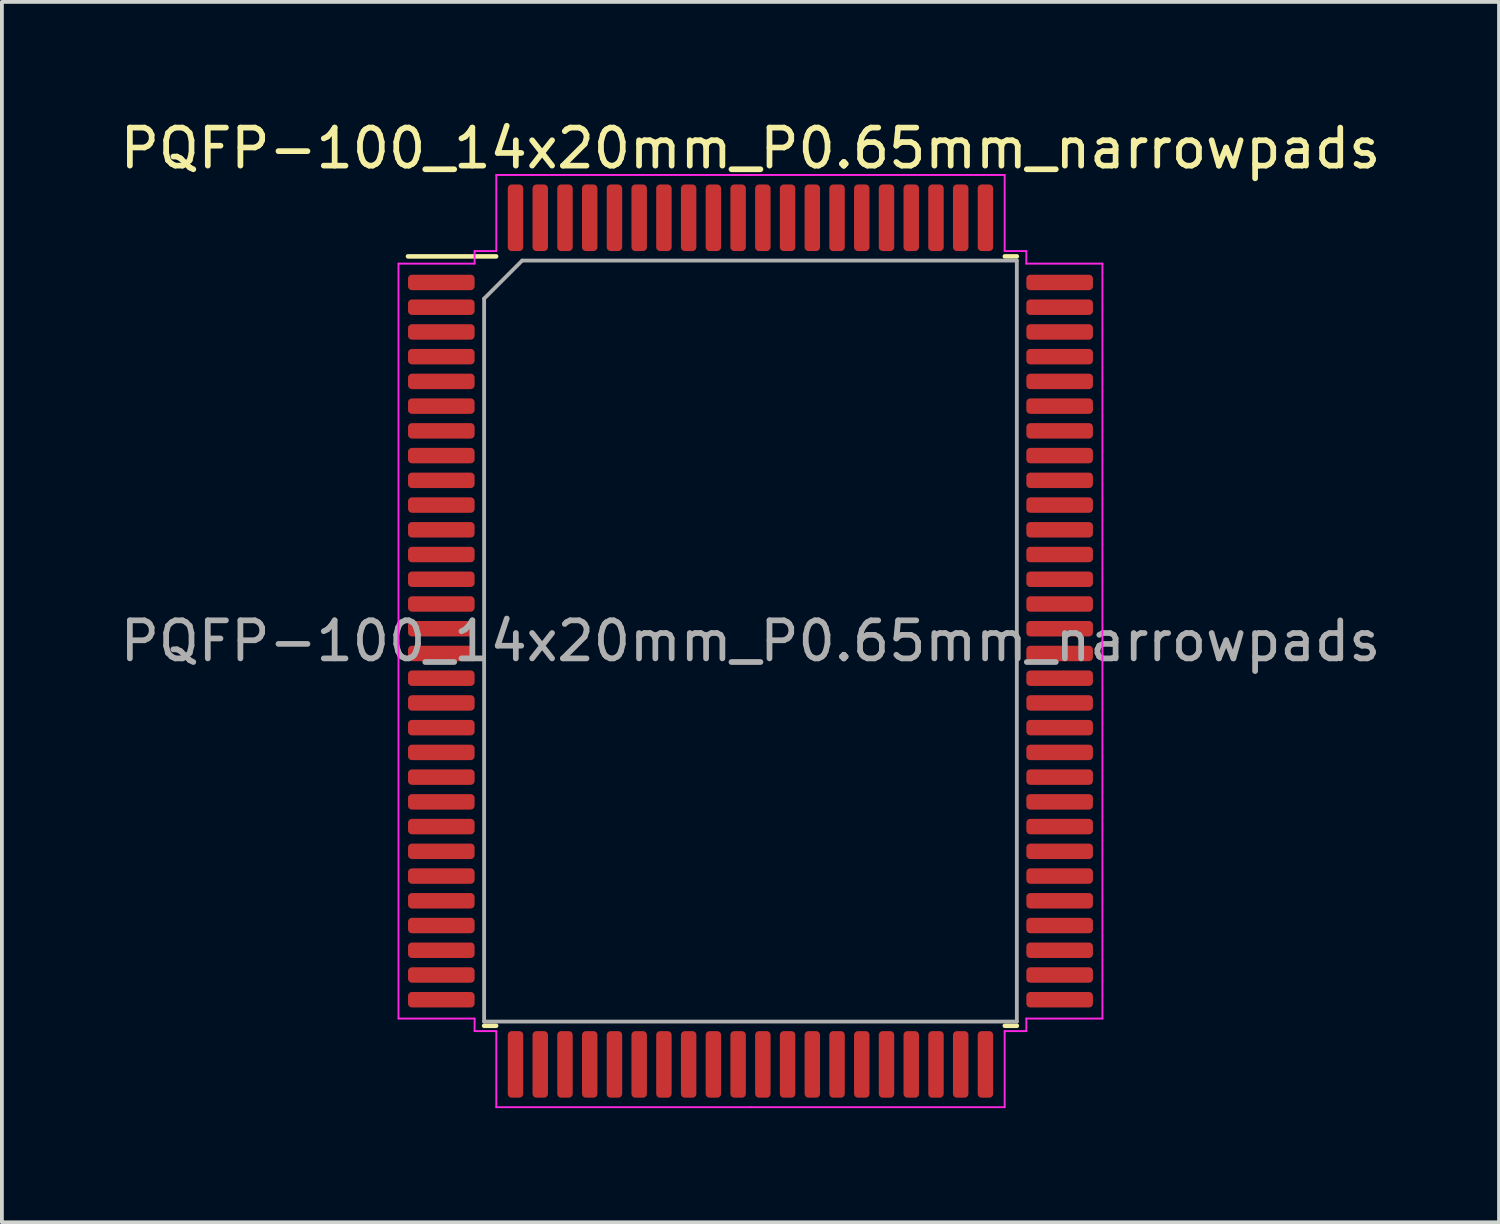
<source format=kicad_pcb>
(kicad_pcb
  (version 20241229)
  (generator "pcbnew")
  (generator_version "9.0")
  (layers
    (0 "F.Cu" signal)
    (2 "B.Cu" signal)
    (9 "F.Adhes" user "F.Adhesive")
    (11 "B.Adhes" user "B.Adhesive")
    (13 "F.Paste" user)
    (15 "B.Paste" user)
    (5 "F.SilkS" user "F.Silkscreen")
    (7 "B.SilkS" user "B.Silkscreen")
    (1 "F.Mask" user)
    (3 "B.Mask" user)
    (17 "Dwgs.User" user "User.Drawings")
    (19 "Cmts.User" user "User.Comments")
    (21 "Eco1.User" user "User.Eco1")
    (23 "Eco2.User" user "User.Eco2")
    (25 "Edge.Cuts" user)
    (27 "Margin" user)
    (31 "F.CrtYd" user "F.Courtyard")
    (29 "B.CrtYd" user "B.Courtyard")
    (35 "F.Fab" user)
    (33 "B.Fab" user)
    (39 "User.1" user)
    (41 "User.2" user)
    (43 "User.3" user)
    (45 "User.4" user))
  (footprint "PQFP-100_14x20mm_P0.65mm_narrowpads"
    (layer "F.Cu")
    (at 16.673 13.798)
    (property "Reference" "PQFP-100_14x20mm_P0.65mm_narrowpads" (at 0 -12.95 0) (layer "F.SilkS") (effects (font (size 1 1) (thickness 0.15))))
    (attr smd)
    (fp_line (start -6.685 -10.11) (end -9 -10.11) (stroke (width 0.12) (type solid)) (layer "F.SilkS"))
    (fp_line (start -6.685 10.11) (end -7 10.11) (stroke (width 0.12) (type solid)) (layer "F.SilkS"))
    (fp_line (start 6.685 -10.11) (end 7 -10.11) (stroke (width 0.12) (type solid)) (layer "F.SilkS"))
    (fp_line (start 6.685 10.11) (end 7 10.11) (stroke (width 0.12) (type solid)) (layer "F.SilkS"))
    (fp_line (start -9.25 -9.92) (end -9.25 0) (stroke (width 0.05) (type solid)) (layer "F.CrtYd"))
    (fp_line (start -9.25 9.92) (end -9.25 0) (stroke (width 0.05) (type solid)) (layer "F.CrtYd"))
    (fp_line (start -7.25 -10.25) (end -7.25 -9.92) (stroke (width 0.05) (type solid)) (layer "F.CrtYd"))
    (fp_line (start -7.25 -9.92) (end -9.25 -9.92) (stroke (width 0.05) (type solid)) (layer "F.CrtYd"))
    (fp_line (start -7.25 9.92) (end -9.25 9.92) (stroke (width 0.05) (type solid)) (layer "F.CrtYd"))
    (fp_line (start -7.25 10.25) (end -7.25 9.92) (stroke (width 0.05) (type solid)) (layer "F.CrtYd"))
    (fp_line (start -6.68 -12.25) (end -6.68 -10.25) (stroke (width 0.05) (type solid)) (layer "F.CrtYd"))
    (fp_line (start -6.68 -10.25) (end -7.25 -10.25) (stroke (width 0.05) (type solid)) (layer "F.CrtYd"))
    (fp_line (start -6.68 10.25) (end -7.25 10.25) (stroke (width 0.05) (type solid)) (layer "F.CrtYd"))
    (fp_line (start -6.68 12.25) (end -6.68 10.25) (stroke (width 0.05) (type solid)) (layer "F.CrtYd"))
    (fp_line (start 0 -12.25) (end -6.68 -12.25) (stroke (width 0.05) (type solid)) (layer "F.CrtYd"))
    (fp_line (start 0 -12.25) (end 6.68 -12.25) (stroke (width 0.05) (type solid)) (layer "F.CrtYd"))
    (fp_line (start 0 12.25) (end -6.68 12.25) (stroke (width 0.05) (type solid)) (layer "F.CrtYd"))
    (fp_line (start 0 12.25) (end 6.68 12.25) (stroke (width 0.05) (type solid)) (layer "F.CrtYd"))
    (fp_line (start 6.68 -12.25) (end 6.68 -10.25) (stroke (width 0.05) (type solid)) (layer "F.CrtYd"))
    (fp_line (start 6.68 -10.25) (end 7.25 -10.25) (stroke (width 0.05) (type solid)) (layer "F.CrtYd"))
    (fp_line (start 6.68 10.25) (end 7.25 10.25) (stroke (width 0.05) (type solid)) (layer "F.CrtYd"))
    (fp_line (start 6.68 12.25) (end 6.68 10.25) (stroke (width 0.05) (type solid)) (layer "F.CrtYd"))
    (fp_line (start 7.25 -10.25) (end 7.25 -9.92) (stroke (width 0.05) (type solid)) (layer "F.CrtYd"))
    (fp_line (start 7.25 -9.92) (end 9.25 -9.92) (stroke (width 0.05) (type solid)) (layer "F.CrtYd"))
    (fp_line (start 7.25 9.92) (end 9.25 9.92) (stroke (width 0.05) (type solid)) (layer "F.CrtYd"))
    (fp_line (start 7.25 10.25) (end 7.25 9.92) (stroke (width 0.05) (type solid)) (layer "F.CrtYd"))
    (fp_line (start 9.25 -9.92) (end 9.25 0) (stroke (width 0.05) (type solid)) (layer "F.CrtYd"))
    (fp_line (start 9.25 9.92) (end 9.25 0) (stroke (width 0.05) (type solid)) (layer "F.CrtYd"))
    (fp_line (start -7 -9) (end -6 -10) (stroke (width 0.1) (type solid)) (layer "F.Fab"))
    (fp_line (start -7 10) (end -7 -9) (stroke (width 0.1) (type solid)) (layer "F.Fab"))
    (fp_line (start -6 -10) (end 7 -10) (stroke (width 0.1) (type solid)) (layer "F.Fab"))
    (fp_line (start 7 -10) (end 7 10) (stroke (width 0.1) (type solid)) (layer "F.Fab"))
    (fp_line (start 7 10) (end -7 10) (stroke (width 0.1) (type solid)) (layer "F.Fab"))
    (fp_text user "${REFERENCE}" (at 0 0 0) (layer "F.Fab") (effects (font (size 1 1) (thickness 0.15))))
    (pad "1" smd roundrect (at -8.125 -9.425) (size 1.75 0.406) (layers "F.Cu" "F.Mask" "F.Paste") (roundrect_rratio 0.25))
    (pad "2" smd roundrect (at -8.125 -8.775) (size 1.75 0.406) (layers "F.Cu" "F.Mask" "F.Paste") (roundrect_rratio 0.25))
    (pad "3" smd roundrect (at -8.125 -8.125) (size 1.75 0.406) (layers "F.Cu" "F.Mask" "F.Paste") (roundrect_rratio 0.25))
    (pad "4" smd roundrect (at -8.125 -7.475) (size 1.75 0.406) (layers "F.Cu" "F.Mask" "F.Paste") (roundrect_rratio 0.25))
    (pad "5" smd roundrect (at -8.125 -6.825) (size 1.75 0.406) (layers "F.Cu" "F.Mask" "F.Paste") (roundrect_rratio 0.25))
    (pad "6" smd roundrect (at -8.125 -6.175) (size 1.75 0.406) (layers "F.Cu" "F.Mask" "F.Paste") (roundrect_rratio 0.25))
    (pad "7" smd roundrect (at -8.125 -5.525) (size 1.75 0.406) (layers "F.Cu" "F.Mask" "F.Paste") (roundrect_rratio 0.25))
    (pad "8" smd roundrect (at -8.125 -4.875) (size 1.75 0.406) (layers "F.Cu" "F.Mask" "F.Paste") (roundrect_rratio 0.25))
    (pad "9" smd roundrect (at -8.125 -4.225) (size 1.75 0.406) (layers "F.Cu" "F.Mask" "F.Paste") (roundrect_rratio 0.25))
    (pad "10" smd roundrect (at -8.125 -3.575) (size 1.75 0.406) (layers "F.Cu" "F.Mask" "F.Paste") (roundrect_rratio 0.25))
    (pad "11" smd roundrect (at -8.125 -2.925) (size 1.75 0.406) (layers "F.Cu" "F.Mask" "F.Paste") (roundrect_rratio 0.25))
    (pad "12" smd roundrect (at -8.125 -2.275) (size 1.75 0.406) (layers "F.Cu" "F.Mask" "F.Paste") (roundrect_rratio 0.25))
    (pad "13" smd roundrect (at -8.125 -1.625) (size 1.75 0.406) (layers "F.Cu" "F.Mask" "F.Paste") (roundrect_rratio 0.25))
    (pad "14" smd roundrect (at -8.125 -0.975) (size 1.75 0.406) (layers "F.Cu" "F.Mask" "F.Paste") (roundrect_rratio 0.25))
    (pad "15" smd roundrect (at -8.125 -0.325) (size 1.75 0.406) (layers "F.Cu" "F.Mask" "F.Paste") (roundrect_rratio 0.25))
    (pad "16" smd roundrect (at -8.125 0.325) (size 1.75 0.406) (layers "F.Cu" "F.Mask" "F.Paste") (roundrect_rratio 0.25))
    (pad "17" smd roundrect (at -8.125 0.975) (size 1.75 0.406) (layers "F.Cu" "F.Mask" "F.Paste") (roundrect_rratio 0.25))
    (pad "18" smd roundrect (at -8.125 1.625) (size 1.75 0.406) (layers "F.Cu" "F.Mask" "F.Paste") (roundrect_rratio 0.25))
    (pad "19" smd roundrect (at -8.125 2.275) (size 1.75 0.406) (layers "F.Cu" "F.Mask" "F.Paste") (roundrect_rratio 0.25))
    (pad "20" smd roundrect (at -8.125 2.925) (size 1.75 0.406) (layers "F.Cu" "F.Mask" "F.Paste") (roundrect_rratio 0.25))
    (pad "21" smd roundrect (at -8.125 3.575) (size 1.75 0.406) (layers "F.Cu" "F.Mask" "F.Paste") (roundrect_rratio 0.25))
    (pad "22" smd roundrect (at -8.125 4.225) (size 1.75 0.406) (layers "F.Cu" "F.Mask" "F.Paste") (roundrect_rratio 0.25))
    (pad "23" smd roundrect (at -8.125 4.875) (size 1.75 0.406) (layers "F.Cu" "F.Mask" "F.Paste") (roundrect_rratio 0.25))
    (pad "24" smd roundrect (at -8.125 5.525) (size 1.75 0.406) (layers "F.Cu" "F.Mask" "F.Paste") (roundrect_rratio 0.25))
    (pad "25" smd roundrect (at -8.125 6.175) (size 1.75 0.406) (layers "F.Cu" "F.Mask" "F.Paste") (roundrect_rratio 0.25))
    (pad "26" smd roundrect (at -8.125 6.825) (size 1.75 0.406) (layers "F.Cu" "F.Mask" "F.Paste") (roundrect_rratio 0.25))
    (pad "27" smd roundrect (at -8.125 7.475) (size 1.75 0.406) (layers "F.Cu" "F.Mask" "F.Paste") (roundrect_rratio 0.25))
    (pad "28" smd roundrect (at -8.125 8.125) (size 1.75 0.406) (layers "F.Cu" "F.Mask" "F.Paste") (roundrect_rratio 0.25))
    (pad "29" smd roundrect (at -8.125 8.775) (size 1.75 0.406) (layers "F.Cu" "F.Mask" "F.Paste") (roundrect_rratio 0.25))
    (pad "30" smd roundrect (at -8.125 9.425) (size 1.75 0.406) (layers "F.Cu" "F.Mask" "F.Paste") (roundrect_rratio 0.25))
    (pad "31" smd roundrect (at -6.175 11.125) (size 0.406 1.75) (layers "F.Cu" "F.Mask" "F.Paste") (roundrect_rratio 0.25))
    (pad "32" smd roundrect (at -5.525 11.125) (size 0.406 1.75) (layers "F.Cu" "F.Mask" "F.Paste") (roundrect_rratio 0.25))
    (pad "33" smd roundrect (at -4.875 11.125) (size 0.406 1.75) (layers "F.Cu" "F.Mask" "F.Paste") (roundrect_rratio 0.25))
    (pad "34" smd roundrect (at -4.225 11.125) (size 0.406 1.75) (layers "F.Cu" "F.Mask" "F.Paste") (roundrect_rratio 0.25))
    (pad "35" smd roundrect (at -3.575 11.125) (size 0.406 1.75) (layers "F.Cu" "F.Mask" "F.Paste") (roundrect_rratio 0.25))
    (pad "36" smd roundrect (at -2.925 11.125) (size 0.406 1.75) (layers "F.Cu" "F.Mask" "F.Paste") (roundrect_rratio 0.25))
    (pad "37" smd roundrect (at -2.275 11.125) (size 0.406 1.75) (layers "F.Cu" "F.Mask" "F.Paste") (roundrect_rratio 0.25))
    (pad "38" smd roundrect (at -1.625 11.125) (size 0.406 1.75) (layers "F.Cu" "F.Mask" "F.Paste") (roundrect_rratio 0.25))
    (pad "39" smd roundrect (at -0.975 11.125) (size 0.406 1.75) (layers "F.Cu" "F.Mask" "F.Paste") (roundrect_rratio 0.25))
    (pad "40" smd roundrect (at -0.325 11.125) (size 0.406 1.75) (layers "F.Cu" "F.Mask" "F.Paste") (roundrect_rratio 0.25))
    (pad "41" smd roundrect (at 0.325 11.125) (size 0.406 1.75) (layers "F.Cu" "F.Mask" "F.Paste") (roundrect_rratio 0.25))
    (pad "42" smd roundrect (at 0.975 11.125) (size 0.406 1.75) (layers "F.Cu" "F.Mask" "F.Paste") (roundrect_rratio 0.25))
    (pad "43" smd roundrect (at 1.625 11.125) (size 0.406 1.75) (layers "F.Cu" "F.Mask" "F.Paste") (roundrect_rratio 0.25))
    (pad "44" smd roundrect (at 2.275 11.125) (size 0.406 1.75) (layers "F.Cu" "F.Mask" "F.Paste") (roundrect_rratio 0.25))
    (pad "45" smd roundrect (at 2.925 11.125) (size 0.406 1.75) (layers "F.Cu" "F.Mask" "F.Paste") (roundrect_rratio 0.25))
    (pad "46" smd roundrect (at 3.575 11.125) (size 0.406 1.75) (layers "F.Cu" "F.Mask" "F.Paste") (roundrect_rratio 0.25))
    (pad "47" smd roundrect (at 4.225 11.125) (size 0.406 1.75) (layers "F.Cu" "F.Mask" "F.Paste") (roundrect_rratio 0.25))
    (pad "48" smd roundrect (at 4.875 11.125) (size 0.406 1.75) (layers "F.Cu" "F.Mask" "F.Paste") (roundrect_rratio 0.25))
    (pad "49" smd roundrect (at 5.525 11.125) (size 0.406 1.75) (layers "F.Cu" "F.Mask" "F.Paste") (roundrect_rratio 0.25))
    (pad "50" smd roundrect (at 6.175 11.125) (size 0.406 1.75) (layers "F.Cu" "F.Mask" "F.Paste") (roundrect_rratio 0.25))
    (pad "51" smd roundrect (at 8.125 9.425) (size 1.75 0.406) (layers "F.Cu" "F.Mask" "F.Paste") (roundrect_rratio 0.25))
    (pad "52" smd roundrect (at 8.125 8.775) (size 1.75 0.406) (layers "F.Cu" "F.Mask" "F.Paste") (roundrect_rratio 0.25))
    (pad "53" smd roundrect (at 8.125 8.125) (size 1.75 0.406) (layers "F.Cu" "F.Mask" "F.Paste") (roundrect_rratio 0.25))
    (pad "54" smd roundrect (at 8.125 7.475) (size 1.75 0.406) (layers "F.Cu" "F.Mask" "F.Paste") (roundrect_rratio 0.25))
    (pad "55" smd roundrect (at 8.125 6.825) (size 1.75 0.406) (layers "F.Cu" "F.Mask" "F.Paste") (roundrect_rratio 0.25))
    (pad "56" smd roundrect (at 8.125 6.175) (size 1.75 0.406) (layers "F.Cu" "F.Mask" "F.Paste") (roundrect_rratio 0.25))
    (pad "57" smd roundrect (at 8.125 5.525) (size 1.75 0.406) (layers "F.Cu" "F.Mask" "F.Paste") (roundrect_rratio 0.25))
    (pad "58" smd roundrect (at 8.125 4.875) (size 1.75 0.406) (layers "F.Cu" "F.Mask" "F.Paste") (roundrect_rratio 0.25))
    (pad "59" smd roundrect (at 8.125 4.225) (size 1.75 0.406) (layers "F.Cu" "F.Mask" "F.Paste") (roundrect_rratio 0.25))
    (pad "60" smd roundrect (at 8.125 3.575) (size 1.75 0.406) (layers "F.Cu" "F.Mask" "F.Paste") (roundrect_rratio 0.25))
    (pad "61" smd roundrect (at 8.125 2.925) (size 1.75 0.406) (layers "F.Cu" "F.Mask" "F.Paste") (roundrect_rratio 0.25))
    (pad "62" smd roundrect (at 8.125 2.275) (size 1.75 0.406) (layers "F.Cu" "F.Mask" "F.Paste") (roundrect_rratio 0.25))
    (pad "63" smd roundrect (at 8.125 1.625) (size 1.75 0.406) (layers "F.Cu" "F.Mask" "F.Paste") (roundrect_rratio 0.25))
    (pad "64" smd roundrect (at 8.125 0.975) (size 1.75 0.406) (layers "F.Cu" "F.Mask" "F.Paste") (roundrect_rratio 0.25))
    (pad "65" smd roundrect (at 8.125 0.325) (size 1.75 0.406) (layers "F.Cu" "F.Mask" "F.Paste") (roundrect_rratio 0.25))
    (pad "66" smd roundrect (at 8.125 -0.325) (size 1.75 0.406) (layers "F.Cu" "F.Mask" "F.Paste") (roundrect_rratio 0.25))
    (pad "67" smd roundrect (at 8.125 -0.975) (size 1.75 0.406) (layers "F.Cu" "F.Mask" "F.Paste") (roundrect_rratio 0.25))
    (pad "68" smd roundrect (at 8.125 -1.625) (size 1.75 0.406) (layers "F.Cu" "F.Mask" "F.Paste") (roundrect_rratio 0.25))
    (pad "69" smd roundrect (at 8.125 -2.275) (size 1.75 0.406) (layers "F.Cu" "F.Mask" "F.Paste") (roundrect_rratio 0.25))
    (pad "70" smd roundrect (at 8.125 -2.925) (size 1.75 0.406) (layers "F.Cu" "F.Mask" "F.Paste") (roundrect_rratio 0.25))
    (pad "71" smd roundrect (at 8.125 -3.575) (size 1.75 0.406) (layers "F.Cu" "F.Mask" "F.Paste") (roundrect_rratio 0.25))
    (pad "72" smd roundrect (at 8.125 -4.225) (size 1.75 0.406) (layers "F.Cu" "F.Mask" "F.Paste") (roundrect_rratio 0.25))
    (pad "73" smd roundrect (at 8.125 -4.875) (size 1.75 0.406) (layers "F.Cu" "F.Mask" "F.Paste") (roundrect_rratio 0.25))
    (pad "74" smd roundrect (at 8.125 -5.525) (size 1.75 0.406) (layers "F.Cu" "F.Mask" "F.Paste") (roundrect_rratio 0.25))
    (pad "75" smd roundrect (at 8.125 -6.175) (size 1.75 0.406) (layers "F.Cu" "F.Mask" "F.Paste") (roundrect_rratio 0.25))
    (pad "76" smd roundrect (at 8.125 -6.825) (size 1.75 0.406) (layers "F.Cu" "F.Mask" "F.Paste") (roundrect_rratio 0.25))
    (pad "77" smd roundrect (at 8.125 -7.475) (size 1.75 0.406) (layers "F.Cu" "F.Mask" "F.Paste") (roundrect_rratio 0.25))
    (pad "78" smd roundrect (at 8.125 -8.125) (size 1.75 0.406) (layers "F.Cu" "F.Mask" "F.Paste") (roundrect_rratio 0.25))
    (pad "79" smd roundrect (at 8.125 -8.775) (size 1.75 0.406) (layers "F.Cu" "F.Mask" "F.Paste") (roundrect_rratio 0.25))
    (pad "80" smd roundrect (at 8.125 -9.425) (size 1.75 0.406) (layers "F.Cu" "F.Mask" "F.Paste") (roundrect_rratio 0.25))
    (pad "81" smd roundrect (at 6.175 -11.125) (size 0.406 1.75) (layers "F.Cu" "F.Mask" "F.Paste") (roundrect_rratio 0.25))
    (pad "82" smd roundrect (at 5.525 -11.125) (size 0.406 1.75) (layers "F.Cu" "F.Mask" "F.Paste") (roundrect_rratio 0.25))
    (pad "83" smd roundrect (at 4.875 -11.125) (size 0.406 1.75) (layers "F.Cu" "F.Mask" "F.Paste") (roundrect_rratio 0.25))
    (pad "84" smd roundrect (at 4.225 -11.125) (size 0.406 1.75) (layers "F.Cu" "F.Mask" "F.Paste") (roundrect_rratio 0.25))
    (pad "85" smd roundrect (at 3.575 -11.125) (size 0.406 1.75) (layers "F.Cu" "F.Mask" "F.Paste") (roundrect_rratio 0.25))
    (pad "86" smd roundrect (at 2.925 -11.125) (size 0.406 1.75) (layers "F.Cu" "F.Mask" "F.Paste") (roundrect_rratio 0.25))
    (pad "87" smd roundrect (at 2.275 -11.125) (size 0.406 1.75) (layers "F.Cu" "F.Mask" "F.Paste") (roundrect_rratio 0.25))
    (pad "88" smd roundrect (at 1.625 -11.125) (size 0.406 1.75) (layers "F.Cu" "F.Mask" "F.Paste") (roundrect_rratio 0.25))
    (pad "89" smd roundrect (at 0.975 -11.125) (size 0.406 1.75) (layers "F.Cu" "F.Mask" "F.Paste") (roundrect_rratio 0.25))
    (pad "90" smd roundrect (at 0.325 -11.125) (size 0.406 1.75) (layers "F.Cu" "F.Mask" "F.Paste") (roundrect_rratio 0.25))
    (pad "91" smd roundrect (at -0.325 -11.125) (size 0.406 1.75) (layers "F.Cu" "F.Mask" "F.Paste") (roundrect_rratio 0.25))
    (pad "92" smd roundrect (at -0.975 -11.125) (size 0.406 1.75) (layers "F.Cu" "F.Mask" "F.Paste") (roundrect_rratio 0.25))
    (pad "93" smd roundrect (at -1.625 -11.125) (size 0.406 1.75) (layers "F.Cu" "F.Mask" "F.Paste") (roundrect_rratio 0.25))
    (pad "94" smd roundrect (at -2.275 -11.125) (size 0.406 1.75) (layers "F.Cu" "F.Mask" "F.Paste") (roundrect_rratio 0.25))
    (pad "95" smd roundrect (at -2.925 -11.125) (size 0.406 1.75) (layers "F.Cu" "F.Mask" "F.Paste") (roundrect_rratio 0.25))
    (pad "96" smd roundrect (at -3.575 -11.125) (size 0.406 1.75) (layers "F.Cu" "F.Mask" "F.Paste") (roundrect_rratio 0.25))
    (pad "97" smd roundrect (at -4.225 -11.125) (size 0.406 1.75) (layers "F.Cu" "F.Mask" "F.Paste") (roundrect_rratio 0.25))
    (pad "98" smd roundrect (at -4.875 -11.125) (size 0.406 1.75) (layers "F.Cu" "F.Mask" "F.Paste") (roundrect_rratio 0.25))
    (pad "99" smd roundrect (at -5.525 -11.125) (size 0.406 1.75) (layers "F.Cu" "F.Mask" "F.Paste") (roundrect_rratio 0.25))
    (pad "100" smd roundrect (at -6.175 -11.125) (size 0.406 1.75) (layers "F.Cu" "F.Mask" "F.Paste") (roundrect_rratio 0.25)))
  (gr_rect
    (start -3 -3)
    (end 36.345 29.073)
    (stroke (width 0.1) (type default))
    (fill no)
    (layer "Edge.Cuts")))
</source>
